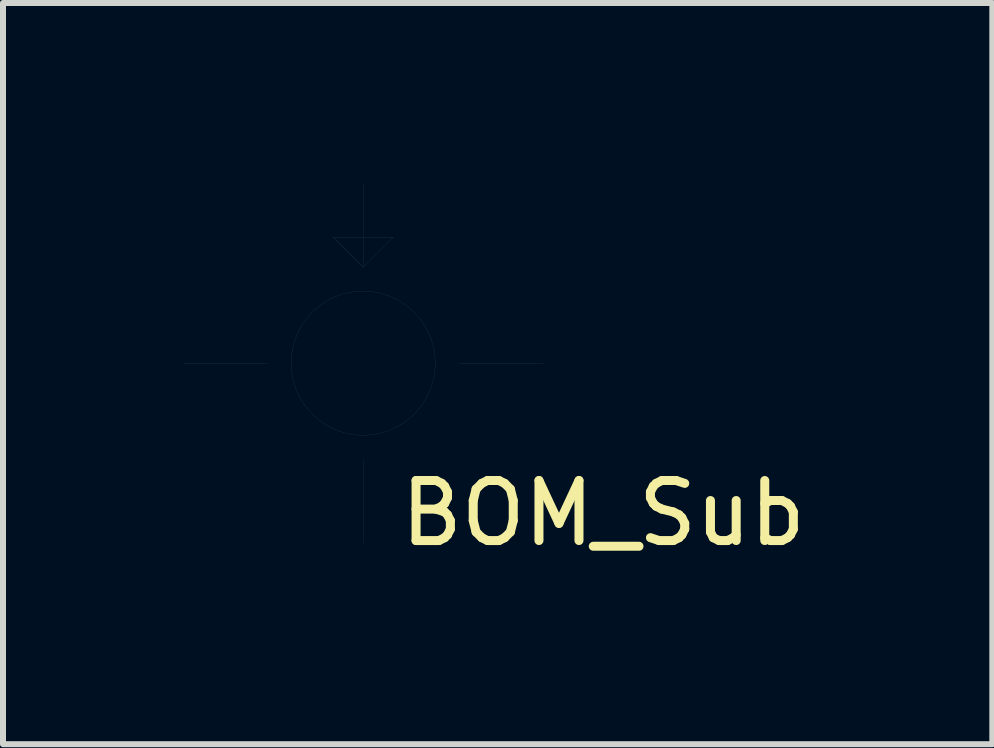
<source format=kicad_pcb>
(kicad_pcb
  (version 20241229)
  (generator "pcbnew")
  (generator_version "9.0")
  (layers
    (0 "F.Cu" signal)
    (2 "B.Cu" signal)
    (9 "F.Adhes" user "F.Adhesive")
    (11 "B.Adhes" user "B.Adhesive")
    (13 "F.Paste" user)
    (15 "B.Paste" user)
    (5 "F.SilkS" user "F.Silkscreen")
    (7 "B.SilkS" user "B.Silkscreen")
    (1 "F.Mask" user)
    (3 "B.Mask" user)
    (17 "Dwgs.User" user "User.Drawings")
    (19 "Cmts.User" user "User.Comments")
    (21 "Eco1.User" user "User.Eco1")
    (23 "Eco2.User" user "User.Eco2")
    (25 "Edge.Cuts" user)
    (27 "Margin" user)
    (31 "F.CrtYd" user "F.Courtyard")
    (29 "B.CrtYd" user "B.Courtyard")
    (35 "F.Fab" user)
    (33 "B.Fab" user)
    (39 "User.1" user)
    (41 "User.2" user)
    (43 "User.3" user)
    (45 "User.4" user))
  (footprint "BOM_Sub"
    (layer "F.Cu")
    (at 3.001 3.001)
    (property "Reference" "BOM_Sub" (at 4 2.5 0) (layer "F.SilkS") (effects (font (size 1 1) (thickness 0.15))))
    (attr through_hole)
    (fp_line (start -1.6 0) (end -3 0) (stroke (width 0.001) (type solid)) (layer "F.Fab"))
    (fp_line (start -0.5 -2.1) (end 0 -1.6) (stroke (width 0.001) (type solid)) (layer "F.Fab"))
    (fp_line (start 0 -3) (end 0 -1.6) (stroke (width 0.001) (type solid)) (layer "F.Fab"))
    (fp_line (start 0 -1.6) (end 0.5 -2.1) (stroke (width 0.001) (type solid)) (layer "F.Fab"))
    (fp_line (start 0 3) (end 0 1.6) (stroke (width 0.001) (type solid)) (layer "F.Fab"))
    (fp_line (start 0.5 -2.1) (end -0.5 -2.1) (stroke (width 0.001) (type solid)) (layer "F.Fab"))
    (fp_line (start 3 0) (end 1.6 0) (stroke (width 0.001) (type solid)) (layer "F.Fab"))
    (fp_circle (center 0 0) (end 1.2 0) (stroke (width 0.001) (type solid)) (fill no) (layer "F.Fab")))
  (gr_rect
    (start -3 -3)
    (end 13.483 9.349)
    (stroke (width 0.1) (type default))
    (fill no)
    (layer "Edge.Cuts")))
</source>
